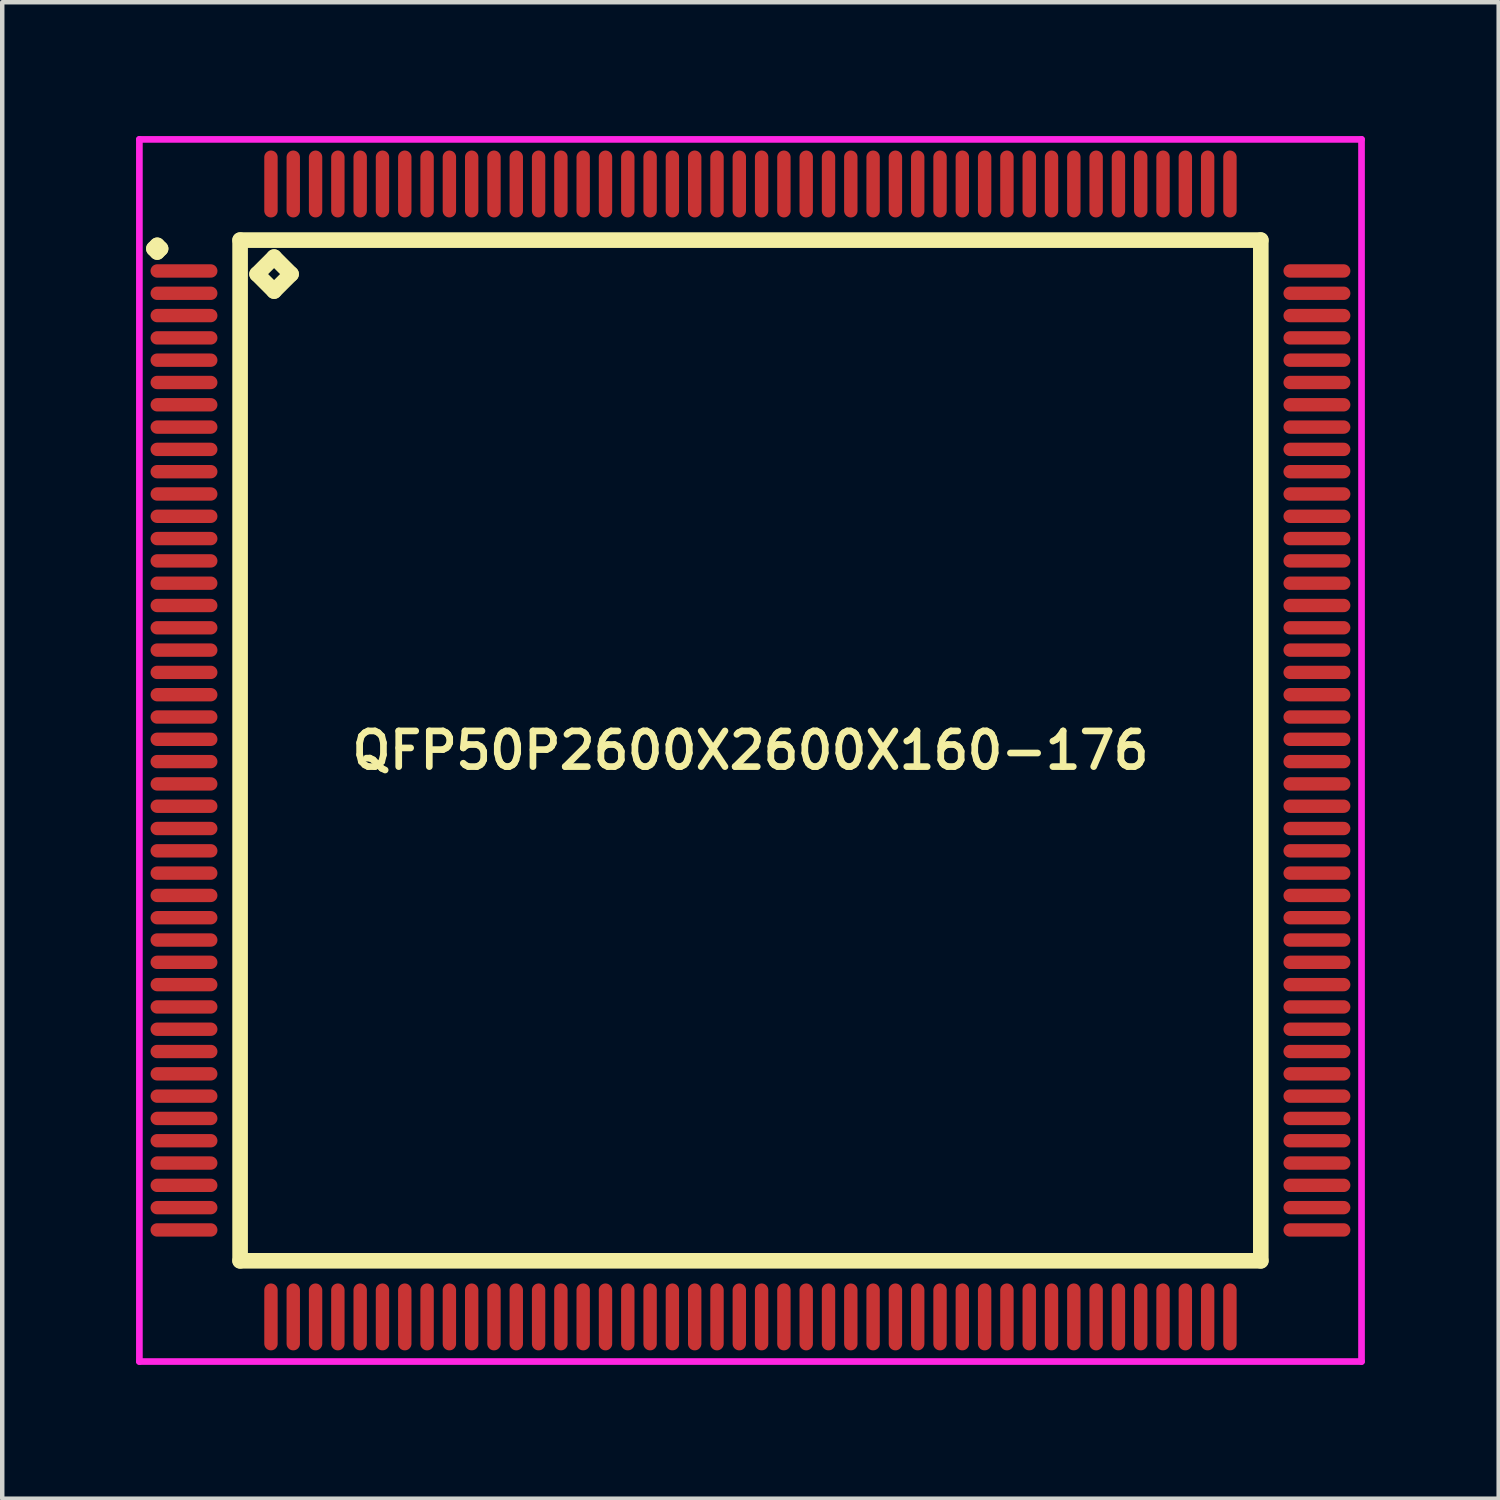
<source format=kicad_pcb>
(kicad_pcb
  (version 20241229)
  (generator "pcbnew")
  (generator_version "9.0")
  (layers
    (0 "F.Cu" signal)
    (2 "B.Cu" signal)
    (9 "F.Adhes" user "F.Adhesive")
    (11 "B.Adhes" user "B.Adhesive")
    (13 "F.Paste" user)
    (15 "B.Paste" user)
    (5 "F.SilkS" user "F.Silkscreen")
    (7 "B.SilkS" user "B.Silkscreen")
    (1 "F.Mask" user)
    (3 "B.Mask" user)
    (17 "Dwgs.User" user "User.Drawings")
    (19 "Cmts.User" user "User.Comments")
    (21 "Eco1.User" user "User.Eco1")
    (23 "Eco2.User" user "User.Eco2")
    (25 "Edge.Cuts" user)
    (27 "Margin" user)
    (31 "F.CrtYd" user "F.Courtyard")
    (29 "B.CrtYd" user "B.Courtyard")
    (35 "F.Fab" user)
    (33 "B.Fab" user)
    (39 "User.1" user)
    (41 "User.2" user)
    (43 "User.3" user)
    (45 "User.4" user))
  (footprint "QFP50P2600X2600X160-176"
    (layer "F.Cu")
    (at 13.775 13.775)
    (property "Reference" "QFP50P2600X2600X160-176" (at 0 0 0) (layer "F.SilkS") (effects (font (size 0.8 0.8) (thickness 0.15))))
    (attr through_hole)
    (fp_line (start -13.375 -11.25) (end -13.3 -11.325) (stroke (width 0.35) (type solid)) (layer "F.SilkS"))
    (fp_line (start -13.3 -11.325) (end -13.225 -11.25) (stroke (width 0.35) (type solid)) (layer "F.SilkS"))
    (fp_line (start -13.3 -11.175) (end -13.375 -11.25) (stroke (width 0.35) (type solid)) (layer "F.SilkS"))
    (fp_line (start -13.225 -11.25) (end -13.3 -11.175) (stroke (width 0.35) (type solid)) (layer "F.SilkS"))
    (fp_line (start -11.442 -11.442) (end -11.442 11.442) (stroke (width 0.35) (type solid)) (layer "F.SilkS"))
    (fp_line (start -11.442 11.442) (end 11.442 11.442) (stroke (width 0.35) (type solid)) (layer "F.SilkS"))
    (fp_line (start -11.061 -10.68) (end -10.68 -11.061) (stroke (width 0.35) (type solid)) (layer "F.SilkS"))
    (fp_line (start -10.68 -11.061) (end -10.299 -10.68) (stroke (width 0.35) (type solid)) (layer "F.SilkS"))
    (fp_line (start -10.68 -10.299) (end -11.061 -10.68) (stroke (width 0.35) (type solid)) (layer "F.SilkS"))
    (fp_line (start -10.299 -10.68) (end -10.68 -10.299) (stroke (width 0.35) (type solid)) (layer "F.SilkS"))
    (fp_line (start 11.442 -11.442) (end -11.442 -11.442) (stroke (width 0.35) (type solid)) (layer "F.SilkS"))
    (fp_line (start 11.442 11.442) (end 11.442 -11.442) (stroke (width 0.35) (type solid)) (layer "F.SilkS"))
    (fp_line (start -13.7 -13.7) (end 13.7 -13.7) (stroke (width 0.15) (type solid)) (layer "F.CrtYd"))
    (fp_line (start -13.7 13.7) (end -13.7 -13.7) (stroke (width 0.15) (type solid)) (layer "F.CrtYd"))
    (fp_line (start 13.7 -13.7) (end 13.7 13.7) (stroke (width 0.15) (type solid)) (layer "F.CrtYd"))
    (fp_line (start 13.7 13.7) (end -13.7 13.7) (stroke (width 0.15) (type solid)) (layer "F.CrtYd"))
    (pad "1" smd oval (at -12.7 -10.75) (size 1.5 0.3) (layers "F.Cu" "F.Mask" "F.Paste"))
    (pad "2" smd oval (at -12.7 -10.25) (size 1.5 0.3) (layers "F.Cu" "F.Mask" "F.Paste"))
    (pad "3" smd oval (at -12.7 -9.75) (size 1.5 0.3) (layers "F.Cu" "F.Mask" "F.Paste"))
    (pad "4" smd oval (at -12.7 -9.25) (size 1.5 0.3) (layers "F.Cu" "F.Mask" "F.Paste"))
    (pad "5" smd oval (at -12.7 -8.75) (size 1.5 0.3) (layers "F.Cu" "F.Mask" "F.Paste"))
    (pad "6" smd oval (at -12.7 -8.25) (size 1.5 0.3) (layers "F.Cu" "F.Mask" "F.Paste"))
    (pad "7" smd oval (at -12.7 -7.75) (size 1.5 0.3) (layers "F.Cu" "F.Mask" "F.Paste"))
    (pad "8" smd oval (at -12.7 -7.25) (size 1.5 0.3) (layers "F.Cu" "F.Mask" "F.Paste"))
    (pad "9" smd oval (at -12.7 -6.75) (size 1.5 0.3) (layers "F.Cu" "F.Mask" "F.Paste"))
    (pad "10" smd oval (at -12.7 -6.25) (size 1.5 0.3) (layers "F.Cu" "F.Mask" "F.Paste"))
    (pad "11" smd oval (at -12.7 -5.75) (size 1.5 0.3) (layers "F.Cu" "F.Mask" "F.Paste"))
    (pad "12" smd oval (at -12.7 -5.25) (size 1.5 0.3) (layers "F.Cu" "F.Mask" "F.Paste"))
    (pad "13" smd oval (at -12.7 -4.75) (size 1.5 0.3) (layers "F.Cu" "F.Mask" "F.Paste"))
    (pad "14" smd oval (at -12.7 -4.25) (size 1.5 0.3) (layers "F.Cu" "F.Mask" "F.Paste"))
    (pad "15" smd oval (at -12.7 -3.75) (size 1.5 0.3) (layers "F.Cu" "F.Mask" "F.Paste"))
    (pad "16" smd oval (at -12.7 -3.25) (size 1.5 0.3) (layers "F.Cu" "F.Mask" "F.Paste"))
    (pad "17" smd oval (at -12.7 -2.75) (size 1.5 0.3) (layers "F.Cu" "F.Mask" "F.Paste"))
    (pad "18" smd oval (at -12.7 -2.25) (size 1.5 0.3) (layers "F.Cu" "F.Mask" "F.Paste"))
    (pad "19" smd oval (at -12.7 -1.75) (size 1.5 0.3) (layers "F.Cu" "F.Mask" "F.Paste"))
    (pad "20" smd oval (at -12.7 -1.25) (size 1.5 0.3) (layers "F.Cu" "F.Mask" "F.Paste"))
    (pad "21" smd oval (at -12.7 -0.75) (size 1.5 0.3) (layers "F.Cu" "F.Mask" "F.Paste"))
    (pad "22" smd oval (at -12.7 -0.25) (size 1.5 0.3) (layers "F.Cu" "F.Mask" "F.Paste"))
    (pad "23" smd oval (at -12.7 0.25) (size 1.5 0.3) (layers "F.Cu" "F.Mask" "F.Paste"))
    (pad "24" smd oval (at -12.7 0.75) (size 1.5 0.3) (layers "F.Cu" "F.Mask" "F.Paste"))
    (pad "25" smd oval (at -12.7 1.25) (size 1.5 0.3) (layers "F.Cu" "F.Mask" "F.Paste"))
    (pad "26" smd oval (at -12.7 1.75) (size 1.5 0.3) (layers "F.Cu" "F.Mask" "F.Paste"))
    (pad "27" smd oval (at -12.7 2.25) (size 1.5 0.3) (layers "F.Cu" "F.Mask" "F.Paste"))
    (pad "28" smd oval (at -12.7 2.75) (size 1.5 0.3) (layers "F.Cu" "F.Mask" "F.Paste"))
    (pad "29" smd oval (at -12.7 3.25) (size 1.5 0.3) (layers "F.Cu" "F.Mask" "F.Paste"))
    (pad "30" smd oval (at -12.7 3.75) (size 1.5 0.3) (layers "F.Cu" "F.Mask" "F.Paste"))
    (pad "31" smd oval (at -12.7 4.25) (size 1.5 0.3) (layers "F.Cu" "F.Mask" "F.Paste"))
    (pad "32" smd oval (at -12.7 4.75) (size 1.5 0.3) (layers "F.Cu" "F.Mask" "F.Paste"))
    (pad "33" smd oval (at -12.7 5.25) (size 1.5 0.3) (layers "F.Cu" "F.Mask" "F.Paste"))
    (pad "34" smd oval (at -12.7 5.75) (size 1.5 0.3) (layers "F.Cu" "F.Mask" "F.Paste"))
    (pad "35" smd oval (at -12.7 6.25) (size 1.5 0.3) (layers "F.Cu" "F.Mask" "F.Paste"))
    (pad "36" smd oval (at -12.7 6.75) (size 1.5 0.3) (layers "F.Cu" "F.Mask" "F.Paste"))
    (pad "37" smd oval (at -12.7 7.25) (size 1.5 0.3) (layers "F.Cu" "F.Mask" "F.Paste"))
    (pad "38" smd oval (at -12.7 7.75) (size 1.5 0.3) (layers "F.Cu" "F.Mask" "F.Paste"))
    (pad "39" smd oval (at -12.7 8.25) (size 1.5 0.3) (layers "F.Cu" "F.Mask" "F.Paste"))
    (pad "40" smd oval (at -12.7 8.75) (size 1.5 0.3) (layers "F.Cu" "F.Mask" "F.Paste"))
    (pad "41" smd oval (at -12.7 9.25) (size 1.5 0.3) (layers "F.Cu" "F.Mask" "F.Paste"))
    (pad "42" smd oval (at -12.7 9.75) (size 1.5 0.3) (layers "F.Cu" "F.Mask" "F.Paste"))
    (pad "43" smd oval (at -12.7 10.25) (size 1.5 0.3) (layers "F.Cu" "F.Mask" "F.Paste"))
    (pad "44" smd oval (at -12.7 10.75) (size 1.5 0.3) (layers "F.Cu" "F.Mask" "F.Paste"))
    (pad "45" smd oval (at -10.75 12.7) (size 0.3 1.5) (layers "F.Cu" "F.Mask" "F.Paste"))
    (pad "46" smd oval (at -10.25 12.7) (size 0.3 1.5) (layers "F.Cu" "F.Mask" "F.Paste"))
    (pad "47" smd oval (at -9.75 12.7) (size 0.3 1.5) (layers "F.Cu" "F.Mask" "F.Paste"))
    (pad "48" smd oval (at -9.25 12.7) (size 0.3 1.5) (layers "F.Cu" "F.Mask" "F.Paste"))
    (pad "49" smd oval (at -8.75 12.7) (size 0.3 1.5) (layers "F.Cu" "F.Mask" "F.Paste"))
    (pad "50" smd oval (at -8.25 12.7) (size 0.3 1.5) (layers "F.Cu" "F.Mask" "F.Paste"))
    (pad "51" smd oval (at -7.75 12.7) (size 0.3 1.5) (layers "F.Cu" "F.Mask" "F.Paste"))
    (pad "52" smd oval (at -7.25 12.7) (size 0.3 1.5) (layers "F.Cu" "F.Mask" "F.Paste"))
    (pad "53" smd oval (at -6.75 12.7) (size 0.3 1.5) (layers "F.Cu" "F.Mask" "F.Paste"))
    (pad "54" smd oval (at -6.25 12.7) (size 0.3 1.5) (layers "F.Cu" "F.Mask" "F.Paste"))
    (pad "55" smd oval (at -5.75 12.7) (size 0.3 1.5) (layers "F.Cu" "F.Mask" "F.Paste"))
    (pad "56" smd oval (at -5.25 12.7) (size 0.3 1.5) (layers "F.Cu" "F.Mask" "F.Paste"))
    (pad "57" smd oval (at -4.75 12.7) (size 0.3 1.5) (layers "F.Cu" "F.Mask" "F.Paste"))
    (pad "58" smd oval (at -4.25 12.7) (size 0.3 1.5) (layers "F.Cu" "F.Mask" "F.Paste"))
    (pad "59" smd oval (at -3.75 12.7) (size 0.3 1.5) (layers "F.Cu" "F.Mask" "F.Paste"))
    (pad "60" smd oval (at -3.25 12.7) (size 0.3 1.5) (layers "F.Cu" "F.Mask" "F.Paste"))
    (pad "61" smd oval (at -2.75 12.7) (size 0.3 1.5) (layers "F.Cu" "F.Mask" "F.Paste"))
    (pad "62" smd oval (at -2.25 12.7) (size 0.3 1.5) (layers "F.Cu" "F.Mask" "F.Paste"))
    (pad "63" smd oval (at -1.75 12.7) (size 0.3 1.5) (layers "F.Cu" "F.Mask" "F.Paste"))
    (pad "64" smd oval (at -1.25 12.7) (size 0.3 1.5) (layers "F.Cu" "F.Mask" "F.Paste"))
    (pad "65" smd oval (at -0.75 12.7) (size 0.3 1.5) (layers "F.Cu" "F.Mask" "F.Paste"))
    (pad "66" smd oval (at -0.25 12.7) (size 0.3 1.5) (layers "F.Cu" "F.Mask" "F.Paste"))
    (pad "67" smd oval (at 0.25 12.7) (size 0.3 1.5) (layers "F.Cu" "F.Mask" "F.Paste"))
    (pad "68" smd oval (at 0.75 12.7) (size 0.3 1.5) (layers "F.Cu" "F.Mask" "F.Paste"))
    (pad "69" smd oval (at 1.25 12.7) (size 0.3 1.5) (layers "F.Cu" "F.Mask" "F.Paste"))
    (pad "70" smd oval (at 1.75 12.7) (size 0.3 1.5) (layers "F.Cu" "F.Mask" "F.Paste"))
    (pad "71" smd oval (at 2.25 12.7) (size 0.3 1.5) (layers "F.Cu" "F.Mask" "F.Paste"))
    (pad "72" smd oval (at 2.75 12.7) (size 0.3 1.5) (layers "F.Cu" "F.Mask" "F.Paste"))
    (pad "73" smd oval (at 3.25 12.7) (size 0.3 1.5) (layers "F.Cu" "F.Mask" "F.Paste"))
    (pad "74" smd oval (at 3.75 12.7) (size 0.3 1.5) (layers "F.Cu" "F.Mask" "F.Paste"))
    (pad "75" smd oval (at 4.25 12.7) (size 0.3 1.5) (layers "F.Cu" "F.Mask" "F.Paste"))
    (pad "76" smd oval (at 4.75 12.7) (size 0.3 1.5) (layers "F.Cu" "F.Mask" "F.Paste"))
    (pad "77" smd oval (at 5.25 12.7) (size 0.3 1.5) (layers "F.Cu" "F.Mask" "F.Paste"))
    (pad "78" smd oval (at 5.75 12.7) (size 0.3 1.5) (layers "F.Cu" "F.Mask" "F.Paste"))
    (pad "79" smd oval (at 6.25 12.7) (size 0.3 1.5) (layers "F.Cu" "F.Mask" "F.Paste"))
    (pad "80" smd oval (at 6.75 12.7) (size 0.3 1.5) (layers "F.Cu" "F.Mask" "F.Paste"))
    (pad "81" smd oval (at 7.25 12.7) (size 0.3 1.5) (layers "F.Cu" "F.Mask" "F.Paste"))
    (pad "82" smd oval (at 7.75 12.7) (size 0.3 1.5) (layers "F.Cu" "F.Mask" "F.Paste"))
    (pad "83" smd oval (at 8.25 12.7) (size 0.3 1.5) (layers "F.Cu" "F.Mask" "F.Paste"))
    (pad "84" smd oval (at 8.75 12.7) (size 0.3 1.5) (layers "F.Cu" "F.Mask" "F.Paste"))
    (pad "85" smd oval (at 9.25 12.7) (size 0.3 1.5) (layers "F.Cu" "F.Mask" "F.Paste"))
    (pad "86" smd oval (at 9.75 12.7) (size 0.3 1.5) (layers "F.Cu" "F.Mask" "F.Paste"))
    (pad "87" smd oval (at 10.25 12.7) (size 0.3 1.5) (layers "F.Cu" "F.Mask" "F.Paste"))
    (pad "88" smd oval (at 10.75 12.7) (size 0.3 1.5) (layers "F.Cu" "F.Mask" "F.Paste"))
    (pad "89" smd oval (at 12.7 10.75) (size 1.5 0.3) (layers "F.Cu" "F.Mask" "F.Paste"))
    (pad "90" smd oval (at 12.7 10.25) (size 1.5 0.3) (layers "F.Cu" "F.Mask" "F.Paste"))
    (pad "91" smd oval (at 12.7 9.75) (size 1.5 0.3) (layers "F.Cu" "F.Mask" "F.Paste"))
    (pad "92" smd oval (at 12.7 9.25) (size 1.5 0.3) (layers "F.Cu" "F.Mask" "F.Paste"))
    (pad "93" smd oval (at 12.7 8.75) (size 1.5 0.3) (layers "F.Cu" "F.Mask" "F.Paste"))
    (pad "94" smd oval (at 12.7 8.25) (size 1.5 0.3) (layers "F.Cu" "F.Mask" "F.Paste"))
    (pad "95" smd oval (at 12.7 7.75) (size 1.5 0.3) (layers "F.Cu" "F.Mask" "F.Paste"))
    (pad "96" smd oval (at 12.7 7.25) (size 1.5 0.3) (layers "F.Cu" "F.Mask" "F.Paste"))
    (pad "97" smd oval (at 12.7 6.75) (size 1.5 0.3) (layers "F.Cu" "F.Mask" "F.Paste"))
    (pad "98" smd oval (at 12.7 6.25) (size 1.5 0.3) (layers "F.Cu" "F.Mask" "F.Paste"))
    (pad "99" smd oval (at 12.7 5.75) (size 1.5 0.3) (layers "F.Cu" "F.Mask" "F.Paste"))
    (pad "100" smd oval (at 12.7 5.25) (size 1.5 0.3) (layers "F.Cu" "F.Mask" "F.Paste"))
    (pad "101" smd oval (at 12.7 4.75) (size 1.5 0.3) (layers "F.Cu" "F.Mask" "F.Paste"))
    (pad "102" smd oval (at 12.7 4.25) (size 1.5 0.3) (layers "F.Cu" "F.Mask" "F.Paste"))
    (pad "103" smd oval (at 12.7 3.75) (size 1.5 0.3) (layers "F.Cu" "F.Mask" "F.Paste"))
    (pad "104" smd oval (at 12.7 3.25) (size 1.5 0.3) (layers "F.Cu" "F.Mask" "F.Paste"))
    (pad "105" smd oval (at 12.7 2.75) (size 1.5 0.3) (layers "F.Cu" "F.Mask" "F.Paste"))
    (pad "106" smd oval (at 12.7 2.25) (size 1.5 0.3) (layers "F.Cu" "F.Mask" "F.Paste"))
    (pad "107" smd oval (at 12.7 1.75) (size 1.5 0.3) (layers "F.Cu" "F.Mask" "F.Paste"))
    (pad "108" smd oval (at 12.7 1.25) (size 1.5 0.3) (layers "F.Cu" "F.Mask" "F.Paste"))
    (pad "109" smd oval (at 12.7 0.75) (size 1.5 0.3) (layers "F.Cu" "F.Mask" "F.Paste"))
    (pad "110" smd oval (at 12.7 0.25) (size 1.5 0.3) (layers "F.Cu" "F.Mask" "F.Paste"))
    (pad "111" smd oval (at 12.7 -0.25) (size 1.5 0.3) (layers "F.Cu" "F.Mask" "F.Paste"))
    (pad "112" smd oval (at 12.7 -0.75) (size 1.5 0.3) (layers "F.Cu" "F.Mask" "F.Paste"))
    (pad "113" smd oval (at 12.7 -1.25) (size 1.5 0.3) (layers "F.Cu" "F.Mask" "F.Paste"))
    (pad "114" smd oval (at 12.7 -1.75) (size 1.5 0.3) (layers "F.Cu" "F.Mask" "F.Paste"))
    (pad "115" smd oval (at 12.7 -2.25) (size 1.5 0.3) (layers "F.Cu" "F.Mask" "F.Paste"))
    (pad "116" smd oval (at 12.7 -2.75) (size 1.5 0.3) (layers "F.Cu" "F.Mask" "F.Paste"))
    (pad "117" smd oval (at 12.7 -3.25) (size 1.5 0.3) (layers "F.Cu" "F.Mask" "F.Paste"))
    (pad "118" smd oval (at 12.7 -3.75) (size 1.5 0.3) (layers "F.Cu" "F.Mask" "F.Paste"))
    (pad "119" smd oval (at 12.7 -4.25) (size 1.5 0.3) (layers "F.Cu" "F.Mask" "F.Paste"))
    (pad "120" smd oval (at 12.7 -4.75) (size 1.5 0.3) (layers "F.Cu" "F.Mask" "F.Paste"))
    (pad "121" smd oval (at 12.7 -5.25) (size 1.5 0.3) (layers "F.Cu" "F.Mask" "F.Paste"))
    (pad "122" smd oval (at 12.7 -5.75) (size 1.5 0.3) (layers "F.Cu" "F.Mask" "F.Paste"))
    (pad "123" smd oval (at 12.7 -6.25) (size 1.5 0.3) (layers "F.Cu" "F.Mask" "F.Paste"))
    (pad "124" smd oval (at 12.7 -6.75) (size 1.5 0.3) (layers "F.Cu" "F.Mask" "F.Paste"))
    (pad "125" smd oval (at 12.7 -7.25) (size 1.5 0.3) (layers "F.Cu" "F.Mask" "F.Paste"))
    (pad "126" smd oval (at 12.7 -7.75) (size 1.5 0.3) (layers "F.Cu" "F.Mask" "F.Paste"))
    (pad "127" smd oval (at 12.7 -8.25) (size 1.5 0.3) (layers "F.Cu" "F.Mask" "F.Paste"))
    (pad "128" smd oval (at 12.7 -8.75) (size 1.5 0.3) (layers "F.Cu" "F.Mask" "F.Paste"))
    (pad "129" smd oval (at 12.7 -9.25) (size 1.5 0.3) (layers "F.Cu" "F.Mask" "F.Paste"))
    (pad "130" smd oval (at 12.7 -9.75) (size 1.5 0.3) (layers "F.Cu" "F.Mask" "F.Paste"))
    (pad "131" smd oval (at 12.7 -10.25) (size 1.5 0.3) (layers "F.Cu" "F.Mask" "F.Paste"))
    (pad "132" smd oval (at 12.7 -10.75) (size 1.5 0.3) (layers "F.Cu" "F.Mask" "F.Paste"))
    (pad "133" smd oval (at 10.75 -12.7) (size 0.3 1.5) (layers "F.Cu" "F.Mask" "F.Paste"))
    (pad "134" smd oval (at 10.25 -12.7) (size 0.3 1.5) (layers "F.Cu" "F.Mask" "F.Paste"))
    (pad "135" smd oval (at 9.75 -12.7) (size 0.3 1.5) (layers "F.Cu" "F.Mask" "F.Paste"))
    (pad "136" smd oval (at 9.25 -12.7) (size 0.3 1.5) (layers "F.Cu" "F.Mask" "F.Paste"))
    (pad "137" smd oval (at 8.75 -12.7) (size 0.3 1.5) (layers "F.Cu" "F.Mask" "F.Paste"))
    (pad "138" smd oval (at 8.25 -12.7) (size 0.3 1.5) (layers "F.Cu" "F.Mask" "F.Paste"))
    (pad "139" smd oval (at 7.75 -12.7) (size 0.3 1.5) (layers "F.Cu" "F.Mask" "F.Paste"))
    (pad "140" smd oval (at 7.25 -12.7) (size 0.3 1.5) (layers "F.Cu" "F.Mask" "F.Paste"))
    (pad "141" smd oval (at 6.75 -12.7) (size 0.3 1.5) (layers "F.Cu" "F.Mask" "F.Paste"))
    (pad "142" smd oval (at 6.25 -12.7) (size 0.3 1.5) (layers "F.Cu" "F.Mask" "F.Paste"))
    (pad "143" smd oval (at 5.75 -12.7) (size 0.3 1.5) (layers "F.Cu" "F.Mask" "F.Paste"))
    (pad "144" smd oval (at 5.25 -12.7) (size 0.3 1.5) (layers "F.Cu" "F.Mask" "F.Paste"))
    (pad "145" smd oval (at 4.75 -12.7) (size 0.3 1.5) (layers "F.Cu" "F.Mask" "F.Paste"))
    (pad "146" smd oval (at 4.25 -12.7) (size 0.3 1.5) (layers "F.Cu" "F.Mask" "F.Paste"))
    (pad "147" smd oval (at 3.75 -12.7) (size 0.3 1.5) (layers "F.Cu" "F.Mask" "F.Paste"))
    (pad "148" smd oval (at 3.25 -12.7) (size 0.3 1.5) (layers "F.Cu" "F.Mask" "F.Paste"))
    (pad "149" smd oval (at 2.75 -12.7) (size 0.3 1.5) (layers "F.Cu" "F.Mask" "F.Paste"))
    (pad "150" smd oval (at 2.25 -12.7) (size 0.3 1.5) (layers "F.Cu" "F.Mask" "F.Paste"))
    (pad "151" smd oval (at 1.75 -12.7) (size 0.3 1.5) (layers "F.Cu" "F.Mask" "F.Paste"))
    (pad "152" smd oval (at 1.25 -12.7) (size 0.3 1.5) (layers "F.Cu" "F.Mask" "F.Paste"))
    (pad "153" smd oval (at 0.75 -12.7) (size 0.3 1.5) (layers "F.Cu" "F.Mask" "F.Paste"))
    (pad "154" smd oval (at 0.25 -12.7) (size 0.3 1.5) (layers "F.Cu" "F.Mask" "F.Paste"))
    (pad "155" smd oval (at -0.25 -12.7) (size 0.3 1.5) (layers "F.Cu" "F.Mask" "F.Paste"))
    (pad "156" smd oval (at -0.75 -12.7) (size 0.3 1.5) (layers "F.Cu" "F.Mask" "F.Paste"))
    (pad "157" smd oval (at -1.25 -12.7) (size 0.3 1.5) (layers "F.Cu" "F.Mask" "F.Paste"))
    (pad "158" smd oval (at -1.75 -12.7) (size 0.3 1.5) (layers "F.Cu" "F.Mask" "F.Paste"))
    (pad "159" smd oval (at -2.25 -12.7) (size 0.3 1.5) (layers "F.Cu" "F.Mask" "F.Paste"))
    (pad "160" smd oval (at -2.75 -12.7) (size 0.3 1.5) (layers "F.Cu" "F.Mask" "F.Paste"))
    (pad "161" smd oval (at -3.25 -12.7) (size 0.3 1.5) (layers "F.Cu" "F.Mask" "F.Paste"))
    (pad "162" smd oval (at -3.75 -12.7) (size 0.3 1.5) (layers "F.Cu" "F.Mask" "F.Paste"))
    (pad "163" smd oval (at -4.25 -12.7) (size 0.3 1.5) (layers "F.Cu" "F.Mask" "F.Paste"))
    (pad "164" smd oval (at -4.75 -12.7) (size 0.3 1.5) (layers "F.Cu" "F.Mask" "F.Paste"))
    (pad "165" smd oval (at -5.25 -12.7) (size 0.3 1.5) (layers "F.Cu" "F.Mask" "F.Paste"))
    (pad "166" smd oval (at -5.75 -12.7) (size 0.3 1.5) (layers "F.Cu" "F.Mask" "F.Paste"))
    (pad "167" smd oval (at -6.25 -12.7) (size 0.3 1.5) (layers "F.Cu" "F.Mask" "F.Paste"))
    (pad "168" smd oval (at -6.75 -12.7) (size 0.3 1.5) (layers "F.Cu" "F.Mask" "F.Paste"))
    (pad "169" smd oval (at -7.25 -12.7) (size 0.3 1.5) (layers "F.Cu" "F.Mask" "F.Paste"))
    (pad "170" smd oval (at -7.75 -12.7) (size 0.3 1.5) (layers "F.Cu" "F.Mask" "F.Paste"))
    (pad "171" smd oval (at -8.25 -12.7) (size 0.3 1.5) (layers "F.Cu" "F.Mask" "F.Paste"))
    (pad "172" smd oval (at -8.75 -12.7) (size 0.3 1.5) (layers "F.Cu" "F.Mask" "F.Paste"))
    (pad "173" smd oval (at -9.25 -12.7) (size 0.3 1.5) (layers "F.Cu" "F.Mask" "F.Paste"))
    (pad "174" smd oval (at -9.75 -12.7) (size 0.3 1.5) (layers "F.Cu" "F.Mask" "F.Paste"))
    (pad "175" smd oval (at -10.25 -12.7) (size 0.3 1.5) (layers "F.Cu" "F.Mask" "F.Paste"))
    (pad "176" smd oval (at -10.75 -12.7) (size 0.3 1.5) (layers "F.Cu" "F.Mask" "F.Paste")))
  (gr_rect
    (start -3 -3)
    (end 30.55 30.55)
    (stroke (width 0.1) (type default))
    (fill no)
    (layer "Edge.Cuts")))
</source>
